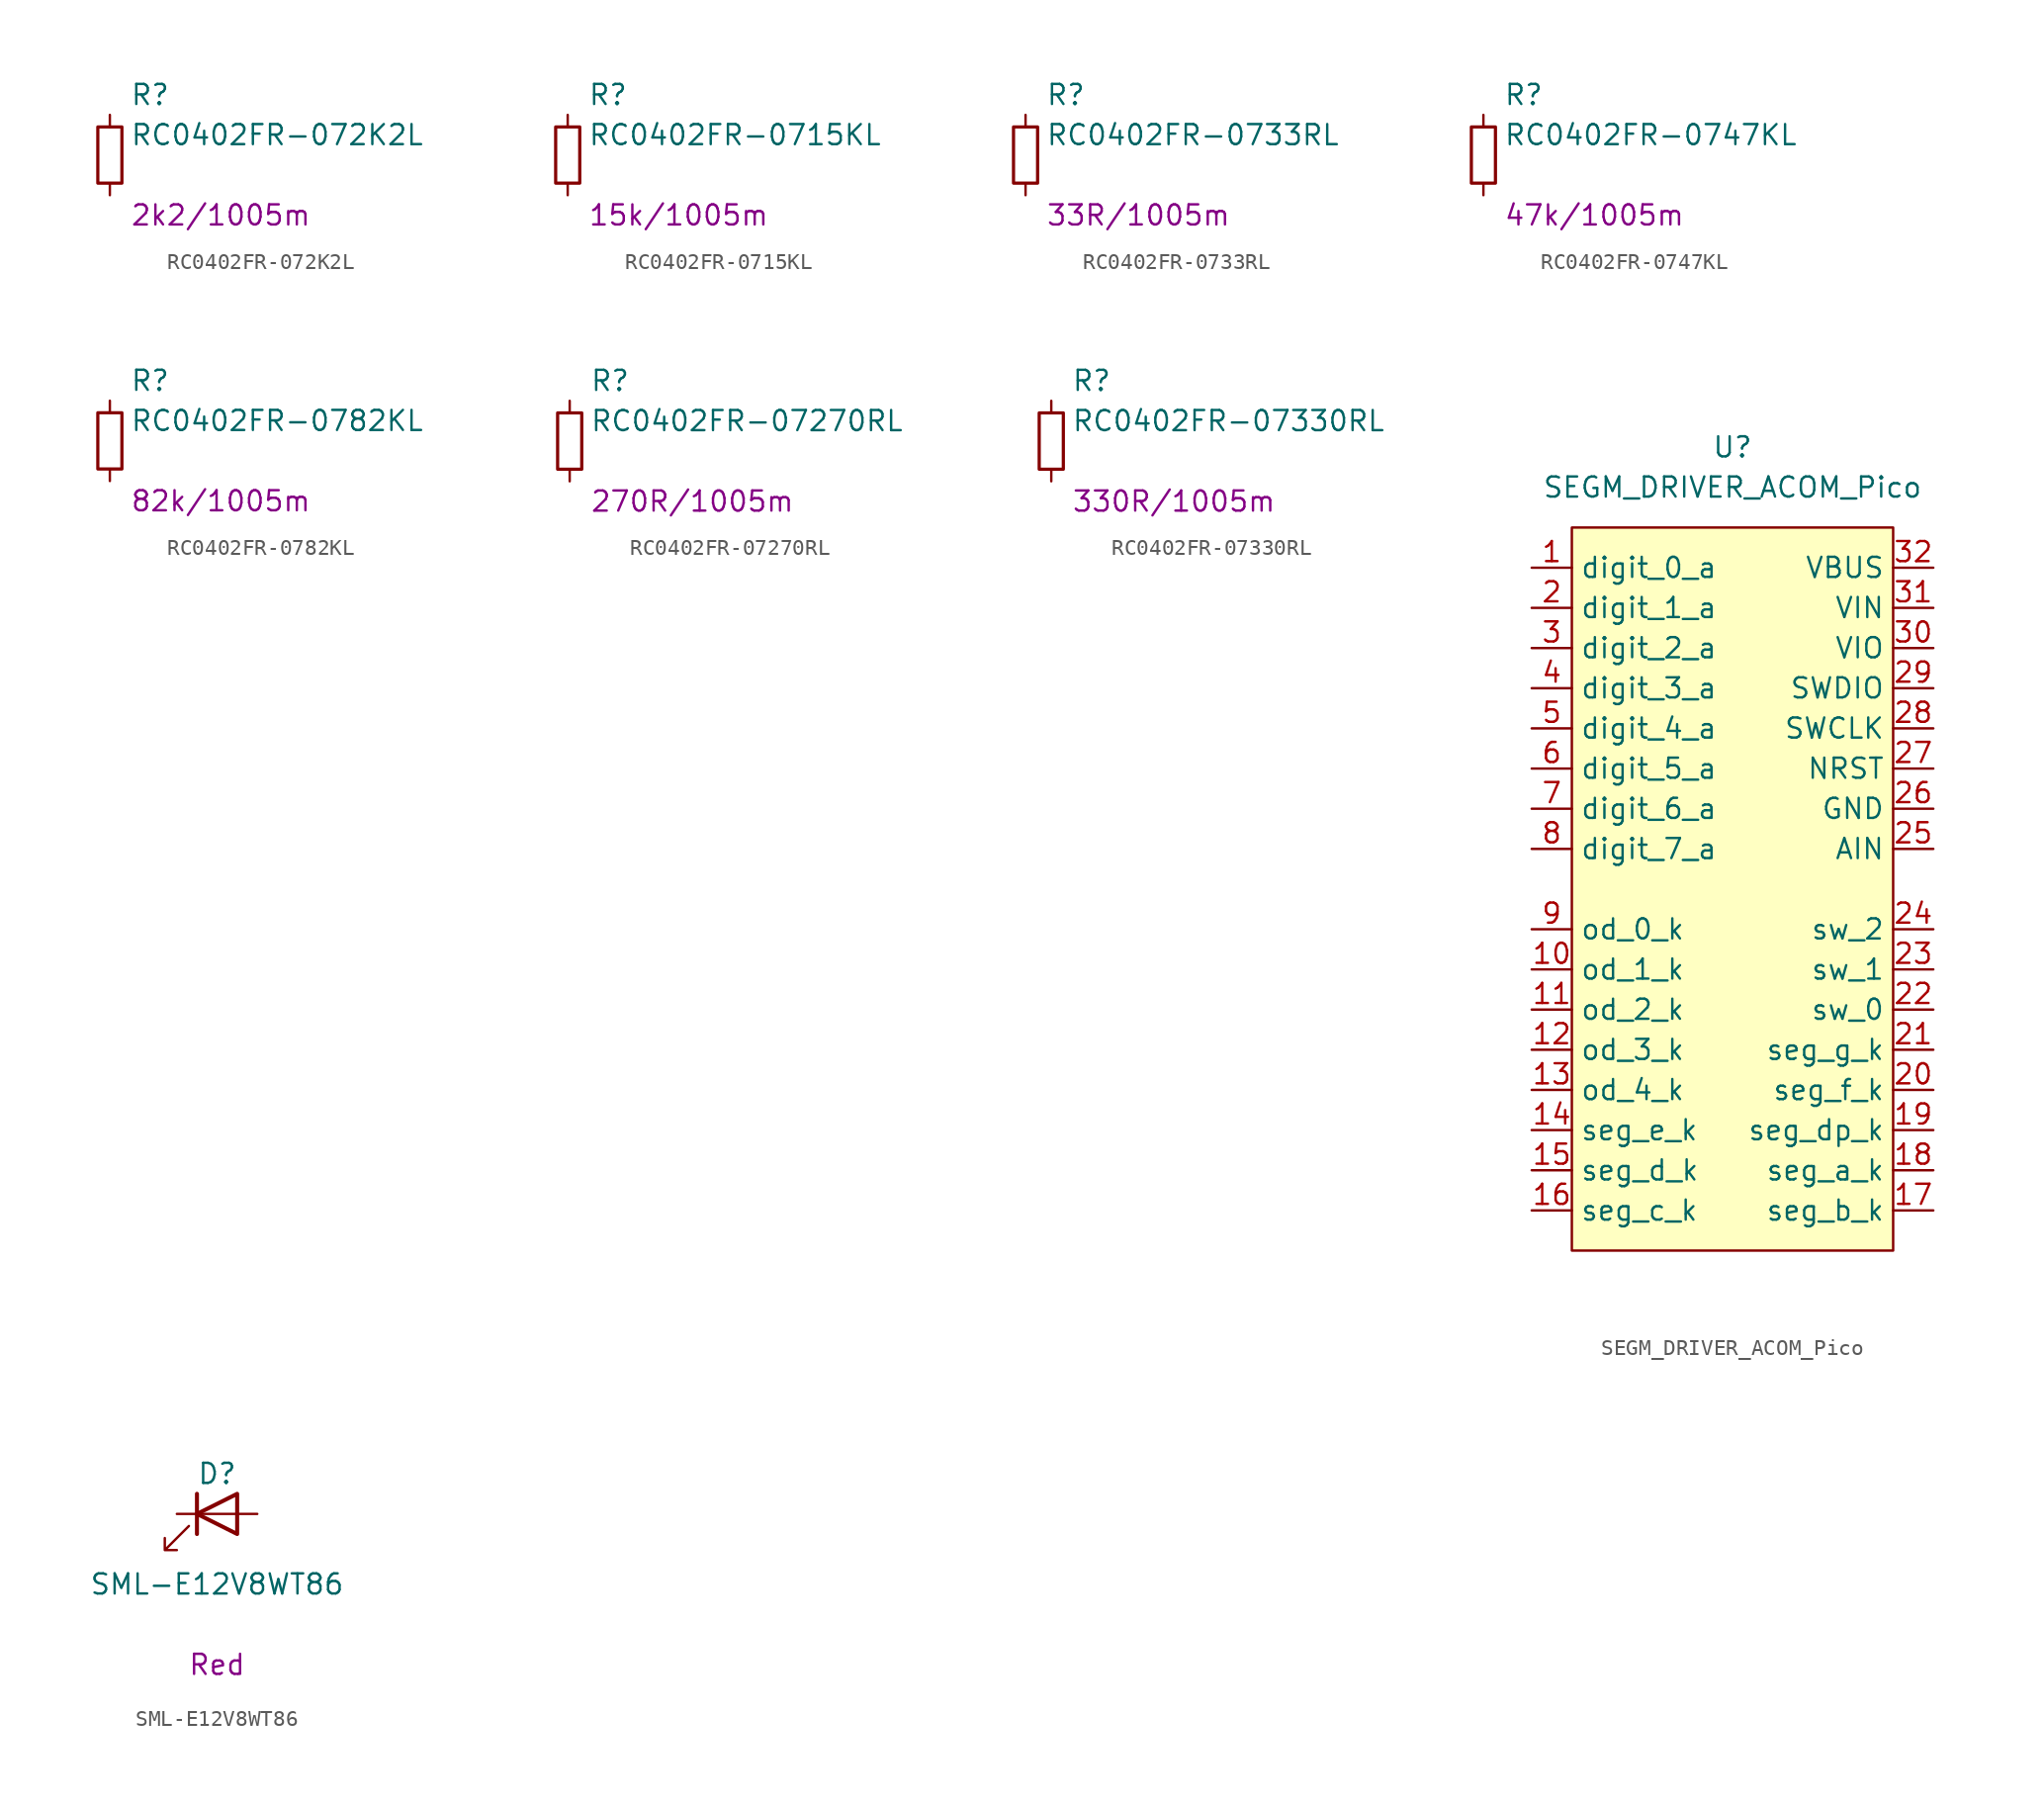
<source format=kicad_sym>
(kicad_symbol_lib
  (version 20241209)
  (generator "kicad_symbol_editor")
  (generator_version "9.0")
  (symbol "RC0402FR-072K2L"
    (pin_numbers
      (hide yes))
    (pin_names
      (offset 0.254)
      (hide yes))
    (property "Reference" "R"
      (at 1.27 3.81 0)
      (effects (font (size 1.27 1.27)) (justify left)))
    (property "Value" "RC0402FR-072K2L"
      (at 1.27 1.27 0)
      (effects (font (size 1.27 1.27)) (justify left)))
    (property "Param" "2k2/1005m"
      (at 1.27 -3.81 0)
      (effects (font (size 1.27 1.27)) (justify left)))
    (symbol "RC0402FR-072K2L_0_1"
      (rectangle (start -0.762 1.778) (end 0.762 -1.778) (stroke (width 0.203) (type default)) (fill (type none))))
    (symbol "RC0402FR-072K2L_1_1"
      (pin passive line (at 0 2.54 270) (length 0.762) (name "~" (effects (font (size 1.27 1.27)))) (number "1" (effects (font (size 1.27 1.27)))))
      (pin passive line (at 0 -2.54 90) (length 0.762) (name "~" (effects (font (size 1.27 1.27)))) (number "2" (effects (font (size 1.27 1.27)))))))
  (symbol "RC0402FR-0715KL"
    (pin_numbers
      (hide yes))
    (pin_names
      (offset 0.254)
      (hide yes))
    (property "Reference" "R"
      (at 1.27 3.81 0)
      (effects (font (size 1.27 1.27)) (justify left)))
    (property "Value" "RC0402FR-0715KL"
      (at 1.27 1.27 0)
      (effects (font (size 1.27 1.27)) (justify left)))
    (property "Param" "15k/1005m"
      (at 1.27 -3.81 0)
      (effects (font (size 1.27 1.27)) (justify left)))
    (symbol "RC0402FR-0715KL_0_1"
      (rectangle (start -0.762 1.778) (end 0.762 -1.778) (stroke (width 0.203) (type default)) (fill (type none))))
    (symbol "RC0402FR-0715KL_1_1"
      (pin passive line (at 0 2.54 270) (length 0.762) (name "~" (effects (font (size 1.27 1.27)))) (number "1" (effects (font (size 1.27 1.27)))))
      (pin passive line (at 0 -2.54 90) (length 0.762) (name "~" (effects (font (size 1.27 1.27)))) (number "2" (effects (font (size 1.27 1.27)))))))
  (symbol "RC0402FR-0733RL"
    (pin_numbers
      (hide yes))
    (pin_names
      (offset 0.254)
      (hide yes))
    (property "Reference" "R"
      (at 1.27 3.81 0)
      (effects (font (size 1.27 1.27)) (justify left)))
    (property "Value" "RC0402FR-0733RL"
      (at 1.27 1.27 0)
      (effects (font (size 1.27 1.27)) (justify left)))
    (property "Param" "33R/1005m"
      (at 1.27 -3.81 0)
      (effects (font (size 1.27 1.27)) (justify left)))
    (symbol "RC0402FR-0733RL_0_1"
      (rectangle (start -0.762 1.778) (end 0.762 -1.778) (stroke (width 0.203) (type default)) (fill (type none))))
    (symbol "RC0402FR-0733RL_1_1"
      (pin passive line (at 0 2.54 270) (length 0.762) (name "~" (effects (font (size 1.27 1.27)))) (number "1" (effects (font (size 1.27 1.27)))))
      (pin passive line (at 0 -2.54 90) (length 0.762) (name "~" (effects (font (size 1.27 1.27)))) (number "2" (effects (font (size 1.27 1.27)))))))
  (symbol "RC0402FR-0747KL"
    (pin_numbers
      (hide yes))
    (pin_names
      (offset 0.254)
      (hide yes))
    (property "Reference" "R"
      (at 1.27 3.81 0)
      (effects (font (size 1.27 1.27)) (justify left)))
    (property "Value" "RC0402FR-0747KL"
      (at 1.27 1.27 0)
      (effects (font (size 1.27 1.27)) (justify left)))
    (property "Param" "47k/1005m"
      (at 1.27 -3.81 0)
      (effects (font (size 1.27 1.27)) (justify left)))
    (symbol "RC0402FR-0747KL_0_1"
      (rectangle (start -0.762 1.778) (end 0.762 -1.778) (stroke (width 0.203) (type default)) (fill (type none))))
    (symbol "RC0402FR-0747KL_1_1"
      (pin passive line (at 0 2.54 270) (length 0.762) (name "~" (effects (font (size 1.27 1.27)))) (number "1" (effects (font (size 1.27 1.27)))))
      (pin passive line (at 0 -2.54 90) (length 0.762) (name "~" (effects (font (size 1.27 1.27)))) (number "2" (effects (font (size 1.27 1.27)))))))
  (symbol "RC0402FR-0782KL"
    (pin_numbers
      (hide yes))
    (pin_names
      (offset 0.254)
      (hide yes))
    (property "Reference" "R"
      (at 1.27 3.81 0)
      (effects (font (size 1.27 1.27)) (justify left)))
    (property "Value" "RC0402FR-0782KL"
      (at 1.27 1.27 0)
      (effects (font (size 1.27 1.27)) (justify left)))
    (property "Param" "82k/1005m"
      (at 1.27 -3.81 0)
      (effects (font (size 1.27 1.27)) (justify left)))
    (symbol "RC0402FR-0782KL_0_1"
      (rectangle (start -0.762 1.778) (end 0.762 -1.778) (stroke (width 0.203) (type default)) (fill (type none))))
    (symbol "RC0402FR-0782KL_1_1"
      (pin passive line (at 0 2.54 270) (length 0.762) (name "~" (effects (font (size 1.27 1.27)))) (number "1" (effects (font (size 1.27 1.27)))))
      (pin passive line (at 0 -2.54 90) (length 0.762) (name "~" (effects (font (size 1.27 1.27)))) (number "2" (effects (font (size 1.27 1.27)))))))
  (symbol "RC0402FR-07270RL"
    (pin_numbers
      (hide yes))
    (pin_names
      (offset 0.254)
      (hide yes))
    (property "Reference" "R"
      (at 1.27 3.81 0)
      (effects (font (size 1.27 1.27)) (justify left)))
    (property "Value" "RC0402FR-07270RL"
      (at 1.27 1.27 0)
      (effects (font (size 1.27 1.27)) (justify left)))
    (property "Param" "270R/1005m"
      (at 1.27 -3.81 0)
      (effects (font (size 1.27 1.27)) (justify left)))
    (symbol "RC0402FR-07270RL_0_1"
      (rectangle (start -0.762 1.778) (end 0.762 -1.778) (stroke (width 0.203) (type default)) (fill (type none))))
    (symbol "RC0402FR-07270RL_1_1"
      (pin passive line (at 0 2.54 270) (length 0.762) (name "~" (effects (font (size 1.27 1.27)))) (number "1" (effects (font (size 1.27 1.27)))))
      (pin passive line (at 0 -2.54 90) (length 0.762) (name "~" (effects (font (size 1.27 1.27)))) (number "2" (effects (font (size 1.27 1.27)))))))
  (symbol "RC0402FR-07330RL"
    (pin_numbers
      (hide yes))
    (pin_names
      (offset 0.254)
      (hide yes))
    (property "Reference" "R"
      (at 1.27 3.81 0)
      (effects (font (size 1.27 1.27)) (justify left)))
    (property "Value" "RC0402FR-07330RL"
      (at 1.27 1.27 0)
      (effects (font (size 1.27 1.27)) (justify left)))
    (property "Param" "330R/1005m"
      (at 1.27 -3.81 0)
      (effects (font (size 1.27 1.27)) (justify left)))
    (symbol "RC0402FR-07330RL_0_1"
      (rectangle (start -0.762 1.778) (end 0.762 -1.778) (stroke (width 0.203) (type default)) (fill (type none))))
    (symbol "RC0402FR-07330RL_1_1"
      (pin passive line (at 0 2.54 270) (length 0.762) (name "~" (effects (font (size 1.27 1.27)))) (number "1" (effects (font (size 1.27 1.27)))))
      (pin passive line (at 0 -2.54 90) (length 0.762) (name "~" (effects (font (size 1.27 1.27)))) (number "2" (effects (font (size 1.27 1.27)))))))
  (symbol "SEGM_DRIVER_ACOM_Pico"
    (property "Reference" "U"
      (at 0 27.94 0)
      (effects (font (size 1.27 1.27))))
    (property "Value" "SEGM_DRIVER_ACOM_Pico"
      (at 0 25.4 0)
      (effects (font (size 1.27 1.27))))
    (symbol "SEGM_DRIVER_ACOM_Pico_0_1"
      (rectangle (start -10.16 22.86) (end 10.16 -22.86) (stroke (width 0) (type default)) (fill (type background))))
    (symbol "SEGM_DRIVER_ACOM_Pico_1_1"
      (pin passive line (at -12.7 20.32 0) (length 2.54) (name "digit_0_a" (effects (font (size 1.27 1.27)))) (number "1" (effects (font (size 1.27 1.27)))))
      (pin passive line (at -12.7 17.78 0) (length 2.54) (name "digit_1_a" (effects (font (size 1.27 1.27)))) (number "2" (effects (font (size 1.27 1.27)))))
      (pin passive line (at -12.7 15.24 0) (length 2.54) (name "digit_2_a" (effects (font (size 1.27 1.27)))) (number "3" (effects (font (size 1.27 1.27)))))
      (pin passive line (at -12.7 12.7 0) (length 2.54) (name "digit_3_a" (effects (font (size 1.27 1.27)))) (number "4" (effects (font (size 1.27 1.27)))))
      (pin passive line (at -12.7 10.16 0) (length 2.54) (name "digit_4_a" (effects (font (size 1.27 1.27)))) (number "5" (effects (font (size 1.27 1.27)))))
      (pin passive line (at -12.7 7.62 0) (length 2.54) (name "digit_5_a" (effects (font (size 1.27 1.27)))) (number "6" (effects (font (size 1.27 1.27)))))
      (pin passive line (at -12.7 5.08 0) (length 2.54) (name "digit_6_a" (effects (font (size 1.27 1.27)))) (number "7" (effects (font (size 1.27 1.27)))))
      (pin passive line (at -12.7 2.54 0) (length 2.54) (name "digit_7_a" (effects (font (size 1.27 1.27)))) (number "8" (effects (font (size 1.27 1.27)))))
      (pin passive line (at -12.7 -2.54 0) (length 2.54) (name "od_0_k" (effects (font (size 1.27 1.27)))) (number "9" (effects (font (size 1.27 1.27)))))
      (pin passive line (at -12.7 -5.08 0) (length 2.54) (name "od_1_k" (effects (font (size 1.27 1.27)))) (number "10" (effects (font (size 1.27 1.27)))))
      (pin passive line (at -12.7 -7.62 0) (length 2.54) (name "od_2_k" (effects (font (size 1.27 1.27)))) (number "11" (effects (font (size 1.27 1.27)))))
      (pin passive line (at -12.7 -10.16 0) (length 2.54) (name "od_3_k" (effects (font (size 1.27 1.27)))) (number "12" (effects (font (size 1.27 1.27)))))
      (pin passive line (at -12.7 -12.7 0) (length 2.54) (name "od_4_k" (effects (font (size 1.27 1.27)))) (number "13" (effects (font (size 1.27 1.27)))))
      (pin passive line (at -12.7 -15.24 0) (length 2.54) (name "seg_e_k" (effects (font (size 1.27 1.27)))) (number "14" (effects (font (size 1.27 1.27)))))
      (pin passive line (at -12.7 -17.78 0) (length 2.54) (name "seg_d_k" (effects (font (size 1.27 1.27)))) (number "15" (effects (font (size 1.27 1.27)))))
      (pin passive line (at -12.7 -20.32 0) (length 2.54) (name "seg_c_k" (effects (font (size 1.27 1.27)))) (number "16" (effects (font (size 1.27 1.27)))))
      (pin power_out line (at 12.7 20.32 180) (length 2.54) (name "VBUS" (effects (font (size 1.27 1.27)))) (number "32" (effects (font (size 1.27 1.27)))))
      (pin power_in line (at 12.7 17.78 180) (length 2.54) (name "VIN" (effects (font (size 1.27 1.27)))) (number "31" (effects (font (size 1.27 1.27)))))
      (pin power_out line (at 12.7 15.24 180) (length 2.54) (name "VIO" (effects (font (size 1.27 1.27)))) (number "30" (effects (font (size 1.27 1.27)))))
      (pin passive line (at 12.7 12.7 180) (length 2.54) (name "SWDIO" (effects (font (size 1.27 1.27)))) (number "29" (effects (font (size 1.27 1.27)))))
      (pin passive line (at 12.7 10.16 180) (length 2.54) (name "SWCLK" (effects (font (size 1.27 1.27)))) (number "28" (effects (font (size 1.27 1.27)))))
      (pin passive line (at 12.7 7.62 180) (length 2.54) (name "NRST" (effects (font (size 1.27 1.27)))) (number "27" (effects (font (size 1.27 1.27)))))
      (pin power_in line (at 12.7 5.08 180) (length 2.54) (name "GND" (effects (font (size 1.27 1.27)))) (number "26" (effects (font (size 1.27 1.27)))))
      (pin passive line (at 12.7 2.54 180) (length 2.54) (name "AIN" (effects (font (size 1.27 1.27)))) (number "25" (effects (font (size 1.27 1.27)))))
      (pin passive line (at 12.7 -2.54 180) (length 2.54) (name "sw_2" (effects (font (size 1.27 1.27)))) (number "24" (effects (font (size 1.27 1.27)))))
      (pin passive line (at 12.7 -5.08 180) (length 2.54) (name "sw_1" (effects (font (size 1.27 1.27)))) (number "23" (effects (font (size 1.27 1.27)))))
      (pin passive line (at 12.7 -7.62 180) (length 2.54) (name "sw_0" (effects (font (size 1.27 1.27)))) (number "22" (effects (font (size 1.27 1.27)))))
      (pin passive line (at 12.7 -10.16 180) (length 2.54) (name "seg_g_k" (effects (font (size 1.27 1.27)))) (number "21" (effects (font (size 1.27 1.27)))))
      (pin passive line (at 12.7 -12.7 180) (length 2.54) (name "seg_f_k" (effects (font (size 1.27 1.27)))) (number "20" (effects (font (size 1.27 1.27)))))
      (pin passive line (at 12.7 -15.24 180) (length 2.54) (name "seg_dp_k" (effects (font (size 1.27 1.27)))) (number "19" (effects (font (size 1.27 1.27)))))
      (pin passive line (at 12.7 -17.78 180) (length 2.54) (name "seg_a_k" (effects (font (size 1.27 1.27)))) (number "18" (effects (font (size 1.27 1.27)))))
      (pin passive line (at 12.7 -20.32 180) (length 2.54) (name "seg_b_k" (effects (font (size 1.27 1.27)))) (number "17" (effects (font (size 1.27 1.27)))))))
  (symbol "SML-E12V8WT86"
    (pin_numbers
      (hide yes))
    (pin_names
      (offset 1.016)
      (hide yes))
    (property "Reference" "D"
      (at 0 2.54 0)
      (effects (font (size 1.27 1.27))))
    (property "Value" "SML-E12V8WT86"
      (at 0 -4.445 0)
      (effects (font (size 1.27 1.27))))
    (property "Param" "Red"
      (at 0 -9.525 0)
      (effects (font (size 1.27 1.27))))
    (symbol "SML-E12V8WT86_0_1"
      (polyline (pts (xy -1.778 -0.762) (xy -3.302 -2.286) (xy -2.54 -2.286) (xy -3.302 -2.286) (xy -3.302 -1.524)) (stroke (width 0) (type default)) (fill (type none)))
      (polyline (pts (xy -1.27 0) (xy 1.27 0)) (stroke (width 0) (type default)) (fill (type none)))
      (polyline (pts (xy -1.27 -1.27) (xy -1.27 1.27)) (stroke (width 0.254) (type default)) (fill (type none)))
      (polyline (pts (xy 1.27 -1.27) (xy 1.27 1.27) (xy -1.27 0) (xy 1.27 -1.27)) (stroke (width 0.254) (type default)) (fill (type none))))
    (symbol "SML-E12V8WT86_1_1"
      (pin passive line (at -2.54 0 0) (length 1.27) (name "K" (effects (font (size 1.27 1.27)))) (number "1" (effects (font (size 1.27 1.27)))))
      (pin passive line (at 2.54 0 180) (length 1.27) (name "A" (effects (font (size 1.27 1.27)))) (number "2" (effects (font (size 1.27 1.27))))))))
</source>
